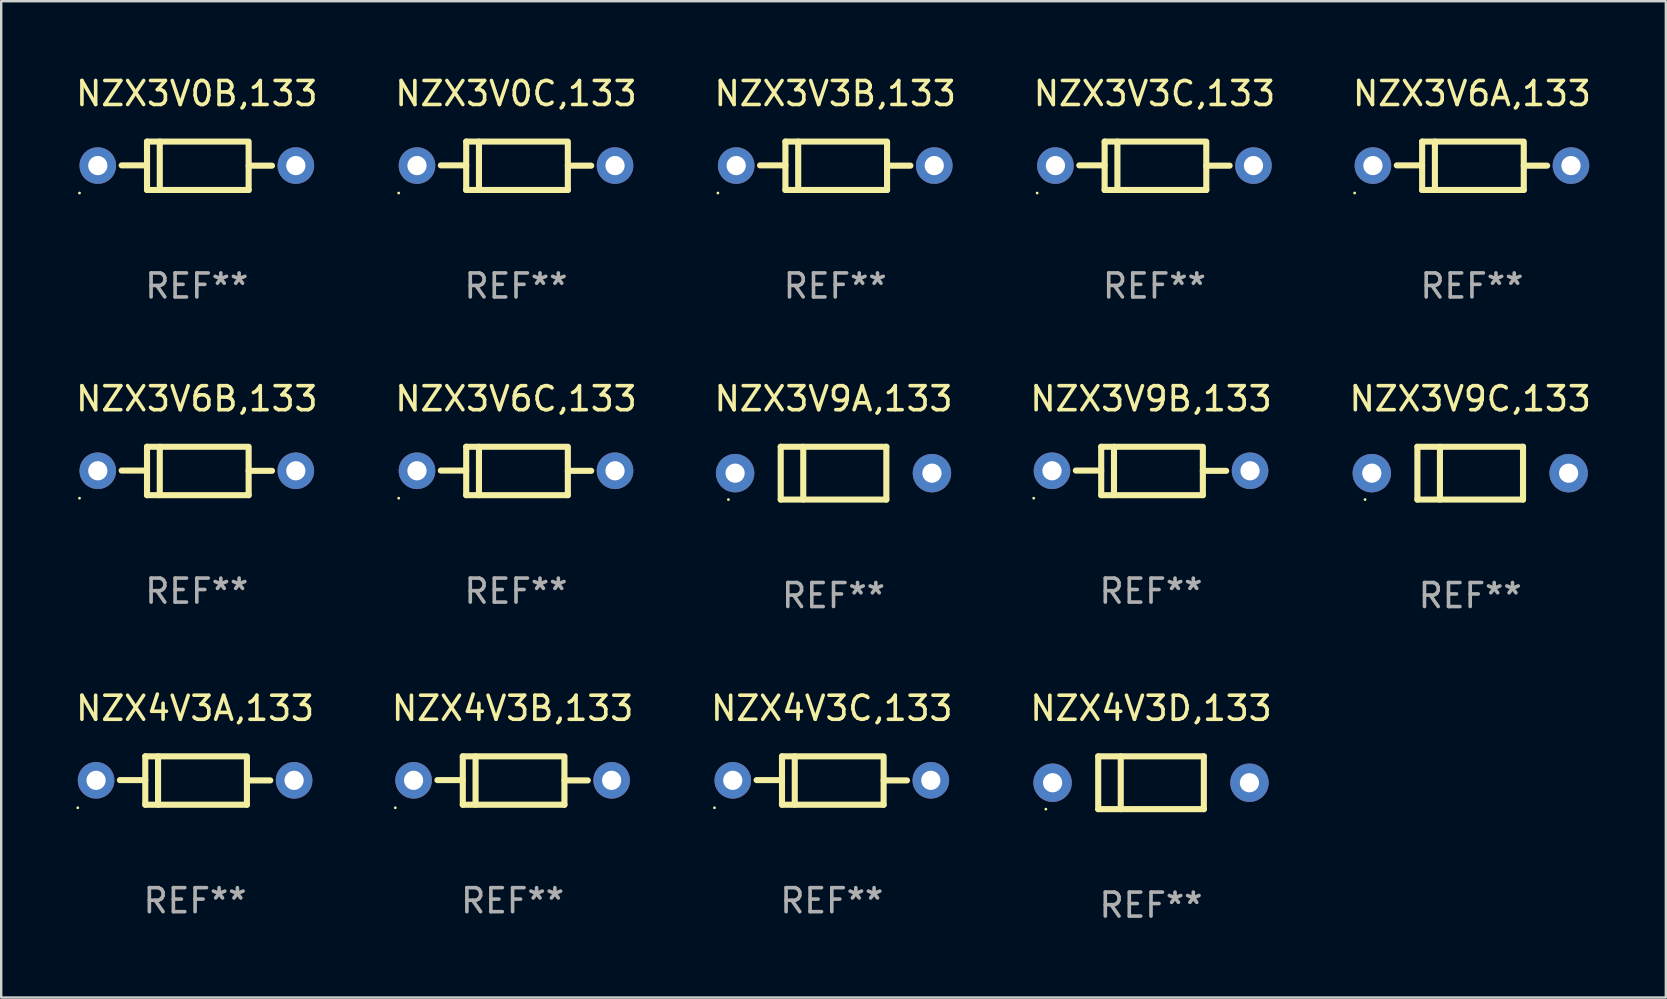
<source format=kicad_pcb>
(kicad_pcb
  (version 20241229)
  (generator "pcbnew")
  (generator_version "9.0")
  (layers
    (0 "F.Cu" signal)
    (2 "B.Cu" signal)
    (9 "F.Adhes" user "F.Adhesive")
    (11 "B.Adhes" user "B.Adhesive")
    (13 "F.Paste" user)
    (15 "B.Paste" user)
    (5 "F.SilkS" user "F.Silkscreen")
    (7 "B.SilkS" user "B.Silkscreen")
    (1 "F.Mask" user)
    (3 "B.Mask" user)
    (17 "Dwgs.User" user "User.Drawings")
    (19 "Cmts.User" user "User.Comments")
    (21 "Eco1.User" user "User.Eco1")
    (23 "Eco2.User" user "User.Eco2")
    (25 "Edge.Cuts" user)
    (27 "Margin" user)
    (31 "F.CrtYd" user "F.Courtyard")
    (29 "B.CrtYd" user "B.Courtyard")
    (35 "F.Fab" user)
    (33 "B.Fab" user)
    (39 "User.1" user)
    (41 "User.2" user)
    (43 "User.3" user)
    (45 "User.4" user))
  (footprint "NZX4V3D,133"
    (layer "F.Cu")
    (at 44.899 29.557)
    (property "Reference" "NZX4V3D,133" (at 0 -3.1 0) (layer "F.SilkS") (effects (font (size 1 1) (thickness 0.15))))
    (attr through_hole)
    (fp_line (start -2.2 -1.1) (end -2.2 1.1) (stroke (width 0.254) (type solid)) (layer "F.SilkS"))
    (fp_line (start -2.2 -1.1) (end 2.2 -1.1) (stroke (width 0.254) (type solid)) (layer "F.SilkS"))
    (fp_line (start -2.2 1.1) (end 2.2 1.1) (stroke (width 0.254) (type solid)) (layer "F.SilkS"))
    (fp_line (start -1.261 -1.1) (end -1.261 1.1) (stroke (width 0.254) (type solid)) (layer "F.SilkS"))
    (fp_line (start 2.2 -1.1) (end 2.2 1.1) (stroke (width 0.254) (type solid)) (layer "F.SilkS"))
    (fp_circle (center -4.38 1.1) (end -4.35 1.1) (stroke (width 0.06) (type solid)) (fill no) (layer "F.SilkS"))
    (fp_text user "REF**" (at 0 5.1 0) (layer "F.Fab") (effects (font (size 1 1) (thickness 0.15))))
    (pad "1" thru_hole circle (at -4.1 0) (size 1.6 1.6) (drill 0.8) (layers "*.Cu" "*.Mask"))
    (pad "2" thru_hole circle (at 4.1 0) (size 1.6 1.6) (drill 0.8) (layers "*.Cu" "*.Mask")))
  (footprint "NZX3V3C,133"
    (layer "F.Cu")
    (at 45.042 3.856)
    (property "Reference" "NZX3V3C,133" (at 0 -3.008 0) (layer "F.SilkS") (effects (font (size 1 1) (thickness 0.15))))
    (attr through_hole)
    (fp_line (start -2.075 -1.008) (end -2.075 1.008) (stroke (width 0.254) (type solid)) (layer "F.SilkS"))
    (fp_line (start -2.075 -0.017) (end -3.132 -0.017) (stroke (width 0.254) (type solid)) (layer "F.SilkS"))
    (fp_line (start -2.075 1.008) (end 2.159 1.008) (stroke (width 0.254) (type solid)) (layer "F.SilkS"))
    (fp_line (start -1.543 -1.008) (end -1.543 1.008) (stroke (width 0.254) (type solid)) (layer "F.SilkS"))
    (fp_line (start 2.075 -1.008) (end -2.075 -1.008) (stroke (width 0.254) (type solid)) (layer "F.SilkS"))
    (fp_line (start 2.159 -0.005) (end 3.132 -0.005) (stroke (width 0.254) (type solid)) (layer "F.SilkS"))
    (fp_line (start 2.159 1.008) (end 2.159 -1.008) (stroke (width 0.254) (type solid)) (layer "F.SilkS"))
    (fp_circle (center -4.887 1.135) (end -4.857 1.135) (stroke (width 0.06) (type solid)) (fill no) (layer "F.SilkS"))
    (fp_text user "REF**" (at 0 5.008 0) (layer "F.Fab") (effects (font (size 1 1) (thickness 0.15))))
    (pad "1" thru_hole circle (at -4.125 -0.008) (size 1.524 1.524) (drill 0.8) (layers "*.Cu" "*.Mask"))
    (pad "2" thru_hole circle (at 4.125 -0.008) (size 1.524 1.524) (drill 0.8) (layers "*.Cu" "*.Mask")))
  (footprint "NZX4V3B,133"
    (layer "F.Cu")
    (at 18.304 29.465)
    (property "Reference" "NZX4V3B,133" (at 0 -3.008 0) (layer "F.SilkS") (effects (font (size 1 1) (thickness 0.15))))
    (attr through_hole)
    (fp_line (start -2.075 -1.008) (end -2.075 1.008) (stroke (width 0.254) (type solid)) (layer "F.SilkS"))
    (fp_line (start -2.075 -0.017) (end -3.132 -0.017) (stroke (width 0.254) (type solid)) (layer "F.SilkS"))
    (fp_line (start -2.075 1.008) (end 2.159 1.008) (stroke (width 0.254) (type solid)) (layer "F.SilkS"))
    (fp_line (start -1.543 -1.008) (end -1.543 1.008) (stroke (width 0.254) (type solid)) (layer "F.SilkS"))
    (fp_line (start 2.075 -1.008) (end -2.075 -1.008) (stroke (width 0.254) (type solid)) (layer "F.SilkS"))
    (fp_line (start 2.159 -0.005) (end 3.132 -0.005) (stroke (width 0.254) (type solid)) (layer "F.SilkS"))
    (fp_line (start 2.159 1.008) (end 2.159 -1.008) (stroke (width 0.254) (type solid)) (layer "F.SilkS"))
    (fp_circle (center -4.887 1.135) (end -4.857 1.135) (stroke (width 0.06) (type solid)) (fill no) (layer "F.SilkS"))
    (fp_text user "REF**" (at 0 5.008 0) (layer "F.Fab") (effects (font (size 1 1) (thickness 0.15))))
    (pad "1" thru_hole circle (at -4.125 -0.008) (size 1.524 1.524) (drill 0.8) (layers "*.Cu" "*.Mask"))
    (pad "2" thru_hole circle (at 4.125 -0.008) (size 1.524 1.524) (drill 0.8) (layers "*.Cu" "*.Mask")))
  (footprint "NZX3V0C,133"
    (layer "F.Cu")
    (at 18.446 3.856)
    (property "Reference" "NZX3V0C,133" (at 0 -3.008 0) (layer "F.SilkS") (effects (font (size 1 1) (thickness 0.15))))
    (attr through_hole)
    (fp_line (start -2.075 -1.008) (end -2.075 1.008) (stroke (width 0.254) (type solid)) (layer "F.SilkS"))
    (fp_line (start -2.075 -0.017) (end -3.132 -0.017) (stroke (width 0.254) (type solid)) (layer "F.SilkS"))
    (fp_line (start -2.075 1.008) (end 2.159 1.008) (stroke (width 0.254) (type solid)) (layer "F.SilkS"))
    (fp_line (start -1.543 -1.008) (end -1.543 1.008) (stroke (width 0.254) (type solid)) (layer "F.SilkS"))
    (fp_line (start 2.075 -1.008) (end -2.075 -1.008) (stroke (width 0.254) (type solid)) (layer "F.SilkS"))
    (fp_line (start 2.159 -0.005) (end 3.132 -0.005) (stroke (width 0.254) (type solid)) (layer "F.SilkS"))
    (fp_line (start 2.159 1.008) (end 2.159 -1.008) (stroke (width 0.254) (type solid)) (layer "F.SilkS"))
    (fp_circle (center -4.887 1.135) (end -4.857 1.135) (stroke (width 0.06) (type solid)) (fill no) (layer "F.SilkS"))
    (fp_text user "REF**" (at 0 5.008 0) (layer "F.Fab") (effects (font (size 1 1) (thickness 0.15))))
    (pad "1" thru_hole circle (at -4.125 -0.008) (size 1.524 1.524) (drill 0.8) (layers "*.Cu" "*.Mask"))
    (pad "2" thru_hole circle (at 4.125 -0.008) (size 1.524 1.524) (drill 0.8) (layers "*.Cu" "*.Mask")))
  (footprint "NZX3V0B,133"
    (layer "F.Cu")
    (at 5.149 3.856)
    (property "Reference" "NZX3V0B,133" (at 0 -3.008 0) (layer "F.SilkS") (effects (font (size 1 1) (thickness 0.15))))
    (attr through_hole)
    (fp_line (start -2.075 -1.008) (end -2.075 1.008) (stroke (width 0.254) (type solid)) (layer "F.SilkS"))
    (fp_line (start -2.075 -0.017) (end -3.132 -0.017) (stroke (width 0.254) (type solid)) (layer "F.SilkS"))
    (fp_line (start -2.075 1.008) (end 2.159 1.008) (stroke (width 0.254) (type solid)) (layer "F.SilkS"))
    (fp_line (start -1.543 -1.008) (end -1.543 1.008) (stroke (width 0.254) (type solid)) (layer "F.SilkS"))
    (fp_line (start 2.075 -1.008) (end -2.075 -1.008) (stroke (width 0.254) (type solid)) (layer "F.SilkS"))
    (fp_line (start 2.159 -0.005) (end 3.132 -0.005) (stroke (width 0.254) (type solid)) (layer "F.SilkS"))
    (fp_line (start 2.159 1.008) (end 2.159 -1.008) (stroke (width 0.254) (type solid)) (layer "F.SilkS"))
    (fp_circle (center -4.887 1.135) (end -4.857 1.135) (stroke (width 0.06) (type solid)) (fill no) (layer "F.SilkS"))
    (fp_text user "REF**" (at 0 5.008 0) (layer "F.Fab") (effects (font (size 1 1) (thickness 0.15))))
    (pad "1" thru_hole circle (at -4.125 -0.008) (size 1.524 1.524) (drill 0.8) (layers "*.Cu" "*.Mask"))
    (pad "2" thru_hole circle (at 4.125 -0.008) (size 1.524 1.524) (drill 0.8) (layers "*.Cu" "*.Mask")))
  (footprint "NZX3V9C,133"
    (layer "F.Cu")
    (at 58.196 16.661)
    (property "Reference" "NZX3V9C,133" (at 0 -3.1 0) (layer "F.SilkS") (effects (font (size 1 1) (thickness 0.15))))
    (attr through_hole)
    (fp_line (start -2.2 -1.1) (end -2.2 1.1) (stroke (width 0.254) (type solid)) (layer "F.SilkS"))
    (fp_line (start -2.2 -1.1) (end 2.2 -1.1) (stroke (width 0.254) (type solid)) (layer "F.SilkS"))
    (fp_line (start -2.2 1.1) (end 2.2 1.1) (stroke (width 0.254) (type solid)) (layer "F.SilkS"))
    (fp_line (start -1.261 -1.1) (end -1.261 1.1) (stroke (width 0.254) (type solid)) (layer "F.SilkS"))
    (fp_line (start 2.2 -1.1) (end 2.2 1.1) (stroke (width 0.254) (type solid)) (layer "F.SilkS"))
    (fp_circle (center -4.38 1.1) (end -4.35 1.1) (stroke (width 0.06) (type solid)) (fill no) (layer "F.SilkS"))
    (fp_text user "REF**" (at 0 5.1 0) (layer "F.Fab") (effects (font (size 1 1) (thickness 0.15))))
    (pad "1" thru_hole circle (at -4.1 0) (size 1.6 1.6) (drill 0.8) (layers "*.Cu" "*.Mask"))
    (pad "2" thru_hole circle (at 4.1 0) (size 1.6 1.6) (drill 0.8) (layers "*.Cu" "*.Mask")))
  (footprint "NZX3V9A,133"
    (layer "F.Cu")
    (at 31.673 16.661)
    (property "Reference" "NZX3V9A,133" (at 0 -3.1 0) (layer "F.SilkS") (effects (font (size 1 1) (thickness 0.15))))
    (attr through_hole)
    (fp_line (start -2.2 -1.1) (end -2.2 1.1) (stroke (width 0.254) (type solid)) (layer "F.SilkS"))
    (fp_line (start -2.2 -1.1) (end 2.2 -1.1) (stroke (width 0.254) (type solid)) (layer "F.SilkS"))
    (fp_line (start -2.2 1.1) (end 2.2 1.1) (stroke (width 0.254) (type solid)) (layer "F.SilkS"))
    (fp_line (start -1.261 -1.1) (end -1.261 1.1) (stroke (width 0.254) (type solid)) (layer "F.SilkS"))
    (fp_line (start 2.2 -1.1) (end 2.2 1.1) (stroke (width 0.254) (type solid)) (layer "F.SilkS"))
    (fp_circle (center -4.38 1.1) (end -4.35 1.1) (stroke (width 0.06) (type solid)) (fill no) (layer "F.SilkS"))
    (fp_text user "REF**" (at 0 5.1 0) (layer "F.Fab") (effects (font (size 1 1) (thickness 0.15))))
    (pad "1" thru_hole circle (at -4.1 0) (size 1.6 1.6) (drill 0.8) (layers "*.Cu" "*.Mask"))
    (pad "2" thru_hole circle (at 4.1 0) (size 1.6 1.6) (drill 0.8) (layers "*.Cu" "*.Mask")))
  (footprint "NZX3V6B,133"
    (layer "F.Cu")
    (at 5.149 16.569)
    (property "Reference" "NZX3V6B,133" (at 0 -3.008 0) (layer "F.SilkS") (effects (font (size 1 1) (thickness 0.15))))
    (attr through_hole)
    (fp_line (start -2.075 -1.008) (end -2.075 1.008) (stroke (width 0.254) (type solid)) (layer "F.SilkS"))
    (fp_line (start -2.075 -0.017) (end -3.132 -0.017) (stroke (width 0.254) (type solid)) (layer "F.SilkS"))
    (fp_line (start -2.075 1.008) (end 2.159 1.008) (stroke (width 0.254) (type solid)) (layer "F.SilkS"))
    (fp_line (start -1.543 -1.008) (end -1.543 1.008) (stroke (width 0.254) (type solid)) (layer "F.SilkS"))
    (fp_line (start 2.075 -1.008) (end -2.075 -1.008) (stroke (width 0.254) (type solid)) (layer "F.SilkS"))
    (fp_line (start 2.159 -0.005) (end 3.132 -0.005) (stroke (width 0.254) (type solid)) (layer "F.SilkS"))
    (fp_line (start 2.159 1.008) (end 2.159 -1.008) (stroke (width 0.254) (type solid)) (layer "F.SilkS"))
    (fp_circle (center -4.887 1.135) (end -4.857 1.135) (stroke (width 0.06) (type solid)) (fill no) (layer "F.SilkS"))
    (fp_text user "REF**" (at 0 5.008 0) (layer "F.Fab") (effects (font (size 1 1) (thickness 0.15))))
    (pad "1" thru_hole circle (at -4.125 -0.008) (size 1.524 1.524) (drill 0.8) (layers "*.Cu" "*.Mask"))
    (pad "2" thru_hole circle (at 4.125 -0.008) (size 1.524 1.524) (drill 0.8) (layers "*.Cu" "*.Mask")))
  (footprint "NZX4V3C,133"
    (layer "F.Cu")
    (at 31.601 29.465)
    (property "Reference" "NZX4V3C,133" (at 0 -3.008 0) (layer "F.SilkS") (effects (font (size 1 1) (thickness 0.15))))
    (attr through_hole)
    (fp_line (start -2.075 -1.008) (end -2.075 1.008) (stroke (width 0.254) (type solid)) (layer "F.SilkS"))
    (fp_line (start -2.075 -0.017) (end -3.132 -0.017) (stroke (width 0.254) (type solid)) (layer "F.SilkS"))
    (fp_line (start -2.075 1.008) (end 2.159 1.008) (stroke (width 0.254) (type solid)) (layer "F.SilkS"))
    (fp_line (start -1.543 -1.008) (end -1.543 1.008) (stroke (width 0.254) (type solid)) (layer "F.SilkS"))
    (fp_line (start 2.075 -1.008) (end -2.075 -1.008) (stroke (width 0.254) (type solid)) (layer "F.SilkS"))
    (fp_line (start 2.159 -0.005) (end 3.132 -0.005) (stroke (width 0.254) (type solid)) (layer "F.SilkS"))
    (fp_line (start 2.159 1.008) (end 2.159 -1.008) (stroke (width 0.254) (type solid)) (layer "F.SilkS"))
    (fp_circle (center -4.887 1.135) (end -4.857 1.135) (stroke (width 0.06) (type solid)) (fill no) (layer "F.SilkS"))
    (fp_text user "REF**" (at 0 5.008 0) (layer "F.Fab") (effects (font (size 1 1) (thickness 0.15))))
    (pad "1" thru_hole circle (at -4.125 -0.008) (size 1.524 1.524) (drill 0.8) (layers "*.Cu" "*.Mask"))
    (pad "2" thru_hole circle (at 4.125 -0.008) (size 1.524 1.524) (drill 0.8) (layers "*.Cu" "*.Mask")))
  (footprint "NZX3V6C,133"
    (layer "F.Cu")
    (at 18.446 16.569)
    (property "Reference" "NZX3V6C,133" (at 0 -3.008 0) (layer "F.SilkS") (effects (font (size 1 1) (thickness 0.15))))
    (attr through_hole)
    (fp_line (start -2.075 -1.008) (end -2.075 1.008) (stroke (width 0.254) (type solid)) (layer "F.SilkS"))
    (fp_line (start -2.075 -0.017) (end -3.132 -0.017) (stroke (width 0.254) (type solid)) (layer "F.SilkS"))
    (fp_line (start -2.075 1.008) (end 2.159 1.008) (stroke (width 0.254) (type solid)) (layer "F.SilkS"))
    (fp_line (start -1.543 -1.008) (end -1.543 1.008) (stroke (width 0.254) (type solid)) (layer "F.SilkS"))
    (fp_line (start 2.075 -1.008) (end -2.075 -1.008) (stroke (width 0.254) (type solid)) (layer "F.SilkS"))
    (fp_line (start 2.159 -0.005) (end 3.132 -0.005) (stroke (width 0.254) (type solid)) (layer "F.SilkS"))
    (fp_line (start 2.159 1.008) (end 2.159 -1.008) (stroke (width 0.254) (type solid)) (layer "F.SilkS"))
    (fp_circle (center -4.887 1.135) (end -4.857 1.135) (stroke (width 0.06) (type solid)) (fill no) (layer "F.SilkS"))
    (fp_text user "REF**" (at 0 5.008 0) (layer "F.Fab") (effects (font (size 1 1) (thickness 0.15))))
    (pad "1" thru_hole circle (at -4.125 -0.008) (size 1.524 1.524) (drill 0.8) (layers "*.Cu" "*.Mask"))
    (pad "2" thru_hole circle (at 4.125 -0.008) (size 1.524 1.524) (drill 0.8) (layers "*.Cu" "*.Mask")))
  (footprint "NZX3V3B,133"
    (layer "F.Cu")
    (at 31.744 3.856)
    (property "Reference" "NZX3V3B,133" (at 0 -3.008 0) (layer "F.SilkS") (effects (font (size 1 1) (thickness 0.15))))
    (attr through_hole)
    (fp_line (start -2.075 -1.008) (end -2.075 1.008) (stroke (width 0.254) (type solid)) (layer "F.SilkS"))
    (fp_line (start -2.075 -0.017) (end -3.132 -0.017) (stroke (width 0.254) (type solid)) (layer "F.SilkS"))
    (fp_line (start -2.075 1.008) (end 2.159 1.008) (stroke (width 0.254) (type solid)) (layer "F.SilkS"))
    (fp_line (start -1.543 -1.008) (end -1.543 1.008) (stroke (width 0.254) (type solid)) (layer "F.SilkS"))
    (fp_line (start 2.075 -1.008) (end -2.075 -1.008) (stroke (width 0.254) (type solid)) (layer "F.SilkS"))
    (fp_line (start 2.159 -0.005) (end 3.132 -0.005) (stroke (width 0.254) (type solid)) (layer "F.SilkS"))
    (fp_line (start 2.159 1.008) (end 2.159 -1.008) (stroke (width 0.254) (type solid)) (layer "F.SilkS"))
    (fp_circle (center -4.887 1.135) (end -4.857 1.135) (stroke (width 0.06) (type solid)) (fill no) (layer "F.SilkS"))
    (fp_text user "REF**" (at 0 5.008 0) (layer "F.Fab") (effects (font (size 1 1) (thickness 0.15))))
    (pad "1" thru_hole circle (at -4.125 -0.008) (size 1.524 1.524) (drill 0.8) (layers "*.Cu" "*.Mask"))
    (pad "2" thru_hole circle (at 4.125 -0.008) (size 1.524 1.524) (drill 0.8) (layers "*.Cu" "*.Mask")))
  (footprint "NZX4V3A,133"
    (layer "F.Cu")
    (at 5.077 29.465)
    (property "Reference" "NZX4V3A,133" (at 0 -3.008 0) (layer "F.SilkS") (effects (font (size 1 1) (thickness 0.15))))
    (attr through_hole)
    (fp_line (start -2.075 -1.008) (end -2.075 1.008) (stroke (width 0.254) (type solid)) (layer "F.SilkS"))
    (fp_line (start -2.075 -0.017) (end -3.132 -0.017) (stroke (width 0.254) (type solid)) (layer "F.SilkS"))
    (fp_line (start -2.075 1.008) (end 2.159 1.008) (stroke (width 0.254) (type solid)) (layer "F.SilkS"))
    (fp_line (start -1.543 -1.008) (end -1.543 1.008) (stroke (width 0.254) (type solid)) (layer "F.SilkS"))
    (fp_line (start 2.075 -1.008) (end -2.075 -1.008) (stroke (width 0.254) (type solid)) (layer "F.SilkS"))
    (fp_line (start 2.159 -0.005) (end 3.132 -0.005) (stroke (width 0.254) (type solid)) (layer "F.SilkS"))
    (fp_line (start 2.159 1.008) (end 2.159 -1.008) (stroke (width 0.254) (type solid)) (layer "F.SilkS"))
    (fp_circle (center -4.887 1.135) (end -4.857 1.135) (stroke (width 0.06) (type solid)) (fill no) (layer "F.SilkS"))
    (fp_text user "REF**" (at 0 5.008 0) (layer "F.Fab") (effects (font (size 1 1) (thickness 0.15))))
    (pad "1" thru_hole circle (at -4.125 -0.008) (size 1.524 1.524) (drill 0.8) (layers "*.Cu" "*.Mask"))
    (pad "2" thru_hole circle (at 4.125 -0.008) (size 1.524 1.524) (drill 0.8) (layers "*.Cu" "*.Mask")))
  (footprint "NZX3V6A,133"
    (layer "F.Cu")
    (at 58.268 3.856)
    (property "Reference" "NZX3V6A,133" (at 0 -3.008 0) (layer "F.SilkS") (effects (font (size 1 1) (thickness 0.15))))
    (attr through_hole)
    (fp_line (start -2.075 -1.008) (end -2.075 1.008) (stroke (width 0.254) (type solid)) (layer "F.SilkS"))
    (fp_line (start -2.075 -0.017) (end -3.132 -0.017) (stroke (width 0.254) (type solid)) (layer "F.SilkS"))
    (fp_line (start -2.075 1.008) (end 2.159 1.008) (stroke (width 0.254) (type solid)) (layer "F.SilkS"))
    (fp_line (start -1.543 -1.008) (end -1.543 1.008) (stroke (width 0.254) (type solid)) (layer "F.SilkS"))
    (fp_line (start 2.075 -1.008) (end -2.075 -1.008) (stroke (width 0.254) (type solid)) (layer "F.SilkS"))
    (fp_line (start 2.159 -0.005) (end 3.132 -0.005) (stroke (width 0.254) (type solid)) (layer "F.SilkS"))
    (fp_line (start 2.159 1.008) (end 2.159 -1.008) (stroke (width 0.254) (type solid)) (layer "F.SilkS"))
    (fp_circle (center -4.887 1.135) (end -4.857 1.135) (stroke (width 0.06) (type solid)) (fill no) (layer "F.SilkS"))
    (fp_text user "REF**" (at 0 5.008 0) (layer "F.Fab") (effects (font (size 1 1) (thickness 0.15))))
    (pad "1" thru_hole circle (at -4.125 -0.008) (size 1.524 1.524) (drill 0.8) (layers "*.Cu" "*.Mask"))
    (pad "2" thru_hole circle (at 4.125 -0.008) (size 1.524 1.524) (drill 0.8) (layers "*.Cu" "*.Mask")))
  (footprint "NZX3V9B,133"
    (layer "F.Cu")
    (at 44.899 16.569)
    (property "Reference" "NZX3V9B,133" (at 0 -3.008 0) (layer "F.SilkS") (effects (font (size 1 1) (thickness 0.15))))
    (attr through_hole)
    (fp_line (start -2.075 -1.008) (end -2.075 1.008) (stroke (width 0.254) (type solid)) (layer "F.SilkS"))
    (fp_line (start -2.075 -0.017) (end -3.132 -0.017) (stroke (width 0.254) (type solid)) (layer "F.SilkS"))
    (fp_line (start -2.075 1.008) (end 2.159 1.008) (stroke (width 0.254) (type solid)) (layer "F.SilkS"))
    (fp_line (start -1.543 -1.008) (end -1.543 1.008) (stroke (width 0.254) (type solid)) (layer "F.SilkS"))
    (fp_line (start 2.075 -1.008) (end -2.075 -1.008) (stroke (width 0.254) (type solid)) (layer "F.SilkS"))
    (fp_line (start 2.159 -0.005) (end 3.132 -0.005) (stroke (width 0.254) (type solid)) (layer "F.SilkS"))
    (fp_line (start 2.159 1.008) (end 2.159 -1.008) (stroke (width 0.254) (type solid)) (layer "F.SilkS"))
    (fp_circle (center -4.887 1.135) (end -4.857 1.135) (stroke (width 0.06) (type solid)) (fill no) (layer "F.SilkS"))
    (fp_text user "REF**" (at 0 5.008 0) (layer "F.Fab") (effects (font (size 1 1) (thickness 0.15))))
    (pad "1" thru_hole circle (at -4.125 -0.008) (size 1.524 1.524) (drill 0.8) (layers "*.Cu" "*.Mask"))
    (pad "2" thru_hole circle (at 4.125 -0.008) (size 1.524 1.524) (drill 0.8) (layers "*.Cu" "*.Mask")))
  (gr_rect
    (start -3 -3)
    (end 66.345 38.506)
    (stroke (width 0.1) (type default))
    (fill no)
    (layer "Edge.Cuts")))
</source>
